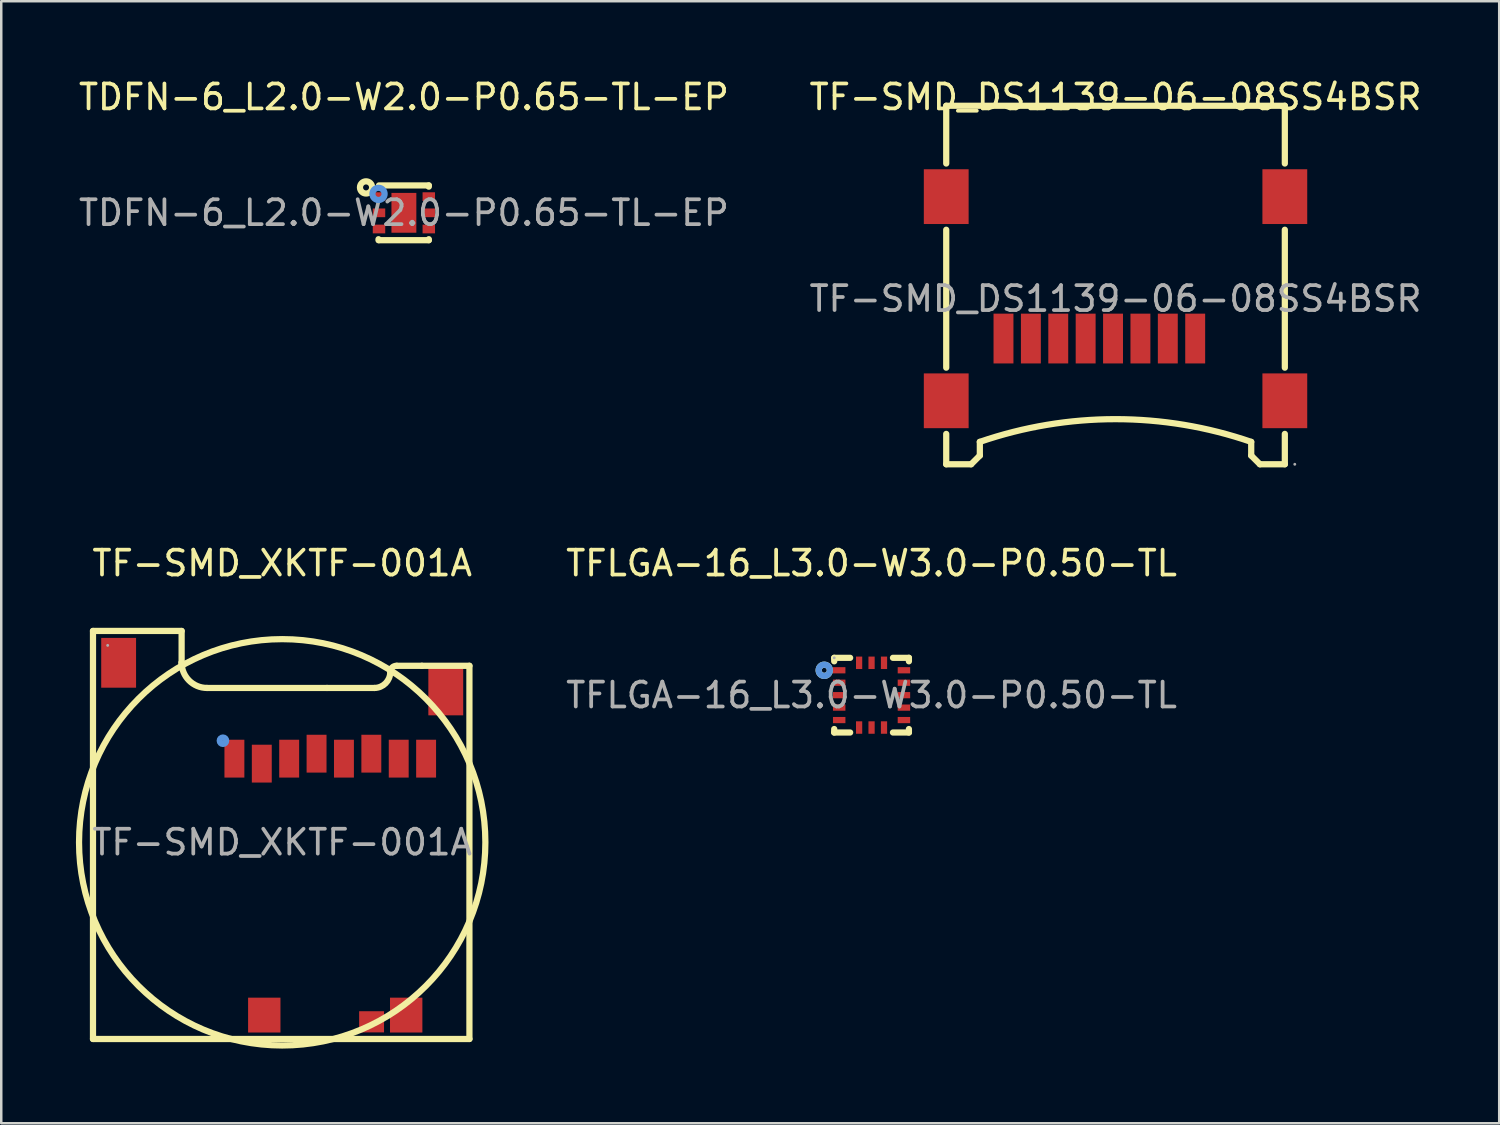
<source format=kicad_pcb>
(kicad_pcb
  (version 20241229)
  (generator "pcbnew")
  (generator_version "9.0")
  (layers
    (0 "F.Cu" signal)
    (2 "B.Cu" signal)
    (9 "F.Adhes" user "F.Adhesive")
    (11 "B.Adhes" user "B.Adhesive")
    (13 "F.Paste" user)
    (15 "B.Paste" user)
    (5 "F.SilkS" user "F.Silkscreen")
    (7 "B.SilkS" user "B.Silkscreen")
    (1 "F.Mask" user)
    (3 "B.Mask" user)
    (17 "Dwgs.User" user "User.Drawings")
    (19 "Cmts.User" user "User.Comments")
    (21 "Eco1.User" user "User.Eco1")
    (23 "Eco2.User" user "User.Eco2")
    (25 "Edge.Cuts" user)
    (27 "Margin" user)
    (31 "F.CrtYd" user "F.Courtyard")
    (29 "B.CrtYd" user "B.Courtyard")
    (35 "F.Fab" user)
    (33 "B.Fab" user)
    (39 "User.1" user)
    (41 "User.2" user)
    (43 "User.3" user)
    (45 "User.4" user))
  (footprint "TF-SMD_XKTF-001A"
    (layer "F.Cu")
    (at 8.285 30.782)
    (property "Reference" "TF-SMD_XKTF-001A" (at 0 -11.21 0) (layer "F.SilkS") (effects (font (size 1 1) (thickness 0.15))))
    (attr smd)
    (fp_line (start -7.6 -8.49) (end -4.04 -8.49) (stroke (width 0.25) (type solid)) (layer "F.SilkS"))
    (fp_line (start -7.6 7.9) (end -7.6 -8.49) (stroke (width 0.25) (type solid)) (layer "F.SilkS"))
    (fp_line (start -4.04 -8.49) (end -4.04 -7.22) (stroke (width 0.25) (type solid)) (layer "F.SilkS"))
    (fp_line (start -4.04 -7.09) (end -4.04 -7.22) (stroke (width 0.25) (type solid)) (layer "F.SilkS"))
    (fp_line (start -3.02 -6.2) (end 1.8 -6.2) (stroke (width 0.25) (type solid)) (layer "F.SilkS"))
    (fp_line (start 1.8 -6.2) (end 3.71 -6.2) (stroke (width 0.25) (type solid)) (layer "F.SilkS"))
    (fp_line (start 4.6 -7.09) (end 5.61 -7.09) (stroke (width 0.25) (type solid)) (layer "F.SilkS"))
    (fp_line (start 5.61 -7.09) (end 7.52 -7.09) (stroke (width 0.25) (type solid)) (layer "F.SilkS"))
    (fp_line (start 7.52 -7.09) (end 7.52 7.9) (stroke (width 0.25) (type solid)) (layer "F.SilkS"))
    (fp_line (start 7.52 7.9) (end -7.6 7.9) (stroke (width 0.25) (type solid)) (layer "F.SilkS"))
    (fp_arc (start -4.04 -7.09) (mid 4.04 7.09) (end -4.04 -7.09) (stroke (width 0.25) (type solid)) (layer "F.SilkS"))
    (fp_arc (start -3.02 -6.2) (mid -3.741249 -6.498751) (end -4.04 -7.22) (stroke (width 0.25) (type solid)) (layer "F.SilkS"))
    (fp_arc (start 4.34 -6.83) (mid 4.152563 -6.387355) (end 3.709884 -6.199998) (stroke (width 0.25) (type solid)) (layer "F.SilkS"))
    (fp_arc (start 4.340018 -6.829569) (mid 4.41293 -7.016765) (end 4.6 -7.09) (stroke (width 0.25) (type solid)) (layer "F.SilkS"))
    (fp_circle (center -2.38 -4.08) (end -2.25 -4.08) (stroke (width 0.25) (type solid)) (fill no) (layer "Cmts.User"))
    (fp_circle (center -7.01 -7.91) (end -6.98 -7.91) (stroke (width 0.06) (type solid)) (fill no) (layer "F.Fab"))
    (fp_text user "${REFERENCE}" (at 0 0 0) (layer "F.Fab") (effects (font (size 1 1) (thickness 0.15))))
    (pad "1" smd rect (at -1.92 -3.36) (size 0.8 1.52) (layers "F.Cu" "F.Mask" "F.Paste"))
    (pad "2" smd rect (at -0.82 -3.16) (size 0.8 1.52) (layers "F.Cu" "F.Mask" "F.Paste"))
    (pad "3" smd rect (at 0.28 -3.36) (size 0.8 1.52) (layers "F.Cu" "F.Mask" "F.Paste"))
    (pad "4" smd rect (at 1.38 -3.56) (size 0.8 1.52) (layers "F.Cu" "F.Mask" "F.Paste"))
    (pad "5" smd rect (at 2.48 -3.36) (size 0.8 1.52) (layers "F.Cu" "F.Mask" "F.Paste"))
    (pad "6" smd rect (at 3.58 -3.56) (size 0.8 1.52) (layers "F.Cu" "F.Mask" "F.Paste"))
    (pad "7" smd rect (at 4.68 -3.36) (size 0.8 1.52) (layers "F.Cu" "F.Mask" "F.Paste"))
    (pad "8" smd rect (at 5.78 -3.36) (size 0.8 1.52) (layers "F.Cu" "F.Mask" "F.Paste"))
    (pad "9" smd rect (at 3.59 7.21) (size 1 0.85) (layers "F.Cu" "F.Mask" "F.Paste"))
    (pad "10" smd rect (at 4.98 6.94) (size 1.3 1.4) (layers "F.Cu" "F.Mask" "F.Paste"))
    (pad "11" smd rect (at -0.72 6.94) (size 1.3 1.4) (layers "F.Cu" "F.Mask" "F.Paste"))
    (pad "12" smd rect (at -6.57 -7.21) (size 1.4 2) (layers "F.Cu" "F.Mask" "F.Paste"))
    (pad "13" smd rect (at 6.57 -6.1) (size 1.4 2) (layers "F.Cu" "F.Mask" "F.Paste")))
  (footprint "TFLGA-16_L3.0-W3.0-P0.50-TL"
    (layer "F.Cu")
    (at 31.957 24.872)
    (property "Reference" "TFLGA-16_L3.0-W3.0-P0.50-TL" (at 0 -5.3 0) (layer "F.SilkS") (effects (font (size 1 1) (thickness 0.15))))
    (attr smd)
    (fp_line (start -1.5 -1.5) (end -0.86 -1.5) (stroke (width 0.25) (type solid)) (layer "F.SilkS"))
    (fp_line (start -1.5 -1.36) (end -1.5 -1.5) (stroke (width 0.25) (type solid)) (layer "F.SilkS"))
    (fp_line (start -1.5 1.5) (end -1.5 1.36) (stroke (width 0.25) (type solid)) (layer "F.SilkS"))
    (fp_line (start -0.86 1.5) (end -1.5 1.5) (stroke (width 0.25) (type solid)) (layer "F.SilkS"))
    (fp_line (start 0.86 -1.5) (end 1.5 -1.5) (stroke (width 0.25) (type solid)) (layer "F.SilkS"))
    (fp_line (start 1.5 -1.5) (end 1.5 -1.36) (stroke (width 0.25) (type solid)) (layer "F.SilkS"))
    (fp_line (start 1.5 1.36) (end 1.5 1.5) (stroke (width 0.25) (type solid)) (layer "F.SilkS"))
    (fp_line (start 1.5 1.5) (end 0.86 1.5) (stroke (width 0.25) (type solid)) (layer "F.SilkS"))
    (fp_circle (center -1.9 -1) (end -1.8 -1) (stroke (width 0.25) (type solid)) (fill no) (layer "F.SilkS"))
    (fp_circle (center -1.9 -1) (end -1.8 -1) (stroke (width 0.25) (type solid)) (fill no) (layer "Cmts.User"))
    (fp_circle (center -1.5 -1.5) (end -1.47 -1.5) (stroke (width 0.06) (type solid)) (fill no) (layer "F.Fab"))
    (fp_text user "${REFERENCE}" (at 0 0 0) (layer "F.Fab") (effects (font (size 1 1) (thickness 0.15))))
    (pad "1" smd rect (at -1.3 -1 90) (size 0.25 0.5) (layers "F.Cu" "F.Mask" "F.Paste"))
    (pad "2" smd rect (at -1.3 -0.5 90) (size 0.25 0.5) (layers "F.Cu" "F.Mask" "F.Paste"))
    (pad "3" smd rect (at -1.3 0 90) (size 0.25 0.5) (layers "F.Cu" "F.Mask" "F.Paste"))
    (pad "4" smd rect (at -1.3 0.5 90) (size 0.25 0.5) (layers "F.Cu" "F.Mask" "F.Paste"))
    (pad "5" smd rect (at -1.3 1 90) (size 0.25 0.5) (layers "F.Cu" "F.Mask" "F.Paste"))
    (pad "6" smd rect (at -0.5 1.3 180) (size 0.25 0.5) (layers "F.Cu" "F.Mask" "F.Paste"))
    (pad "7" smd rect (at 0 1.3 180) (size 0.25 0.5) (layers "F.Cu" "F.Mask" "F.Paste"))
    (pad "8" smd rect (at 0.5 1.3 180) (size 0.25 0.5) (layers "F.Cu" "F.Mask" "F.Paste"))
    (pad "9" smd rect (at 1.3 1 270) (size 0.25 0.5) (layers "F.Cu" "F.Mask" "F.Paste"))
    (pad "10" smd rect (at 1.3 0.5 270) (size 0.25 0.5) (layers "F.Cu" "F.Mask" "F.Paste"))
    (pad "11" smd rect (at 1.3 0 270) (size 0.25 0.5) (layers "F.Cu" "F.Mask" "F.Paste"))
    (pad "12" smd rect (at 1.3 -0.5 270) (size 0.25 0.5) (layers "F.Cu" "F.Mask" "F.Paste"))
    (pad "13" smd rect (at 1.3 -1 270) (size 0.25 0.5) (layers "F.Cu" "F.Mask" "F.Paste"))
    (pad "14" smd rect (at 0.5 -1.3) (size 0.25 0.5) (layers "F.Cu" "F.Mask" "F.Paste"))
    (pad "15" smd rect (at 0 -1.3) (size 0.25 0.5) (layers "F.Cu" "F.Mask" "F.Paste"))
    (pad "16" smd rect (at -0.5 -1.3) (size 0.25 0.5) (layers "F.Cu" "F.Mask" "F.Paste")))
  (footprint "TDFN-6_L2.0-W2.0-P0.65-TL-EP"
    (layer "F.Cu")
    (at 13.173 5.498)
    (property "Reference" "TDFN-6_L2.0-W2.0-P0.65-TL-EP" (at 0 -4.65 0) (layer "F.SilkS") (effects (font (size 1 1) (thickness 0.15))))
    (attr smd)
    (fp_line (start -1.02 1.06) (end -1.02 1.1) (stroke (width 0.25) (type solid)) (layer "F.SilkS"))
    (fp_line (start -1 -1.1) (end 1 -1.1) (stroke (width 0.25) (type solid)) (layer "F.SilkS"))
    (fp_line (start -1 1.1) (end 1 1.1) (stroke (width 0.25) (type solid)) (layer "F.SilkS"))
    (fp_line (start 1 -1.1) (end 1 -1.05) (stroke (width 0.25) (type solid)) (layer "F.SilkS"))
    (fp_line (start 1 1.06) (end 1 1.1) (stroke (width 0.25) (type solid)) (layer "F.SilkS"))
    (fp_circle (center -1.52 -1.02) (end -1.4 -1.02) (stroke (width 0.25) (type solid)) (fill no) (layer "F.SilkS"))
    (fp_circle (center -1.02 -0.76) (end -0.9 -0.76) (stroke (width 0.25) (type solid)) (fill no) (layer "Cmts.User"))
    (fp_circle (center -1 -1) (end -0.97 -1) (stroke (width 0.06) (type solid)) (fill no) (layer "F.Fab"))
    (fp_text user "${REFERENCE}" (at 0 0 0) (layer "F.Fab") (effects (font (size 1 1) (thickness 0.15))))
    (pad "1" smd rect (at -1 -0.65 90) (size 0.35 0.5) (layers "F.Cu" "F.Mask" "F.Paste"))
    (pad "2" smd rect (at -1 0 90) (size 0.35 0.5) (layers "F.Cu" "F.Mask" "F.Paste"))
    (pad "3" smd rect (at -1 0.65 90) (size 0.35 0.5) (layers "F.Cu" "F.Mask" "F.Paste"))
    (pad "4" smd rect (at 1 0.65 90) (size 0.35 0.5) (layers "F.Cu" "F.Mask" "F.Paste"))
    (pad "5" smd rect (at 1 0 90) (size 0.35 0.5) (layers "F.Cu" "F.Mask" "F.Paste"))
    (pad "6" smd rect (at 1 -0.65 90) (size 0.35 0.5) (layers "F.Cu" "F.Mask" "F.Paste"))
    (pad "7" smd rect (at 0 0 180) (size 1 1.6) (layers "F.Cu" "F.Mask" "F.Paste")))
  (footprint "TF-SMD_DS1139-06-08SS4BSR"
    (layer "F.Cu")
    (at 41.756 8.948)
    (property "Reference" "TF-SMD_DS1139-06-08SS4BSR" (at 0 -8.1 0) (layer "F.SilkS") (effects (font (size 1 1) (thickness 0.15))))
    (attr smd)
    (fp_line (start -6.8 -7.75) (end -6.8 -5.43) (stroke (width 0.25) (type solid)) (layer "F.SilkS"))
    (fp_line (start -6.8 -7.75) (end 6.8 -7.75) (stroke (width 0.25) (type solid)) (layer "F.SilkS"))
    (fp_line (start -6.8 -2.77) (end -6.8 2.77) (stroke (width 0.25) (type solid)) (layer "F.SilkS"))
    (fp_line (start -6.8 5.43) (end -6.8 6.65) (stroke (width 0.25) (type solid)) (layer "F.SilkS"))
    (fp_line (start -6.8 6.65) (end -5.8 6.65) (stroke (width 0.25) (type solid)) (layer "F.SilkS"))
    (fp_line (start -5.8 6.65) (end -5.45 6.3) (stroke (width 0.25) (type solid)) (layer "F.SilkS"))
    (fp_line (start -5.45 6.3) (end -5.45 5.75) (stroke (width 0.25) (type solid)) (layer "F.SilkS"))
    (fp_line (start 5.45 6.3) (end 5.45 5.75) (stroke (width 0.25) (type solid)) (layer "F.SilkS"))
    (fp_line (start 5.8 6.65) (end 5.45 6.3) (stroke (width 0.25) (type solid)) (layer "F.SilkS"))
    (fp_line (start 6.8 -7.75) (end 6.8 -5.43) (stroke (width 0.25) (type solid)) (layer "F.SilkS"))
    (fp_line (start 6.8 -2.77) (end 6.8 2.77) (stroke (width 0.25) (type solid)) (layer "F.SilkS"))
    (fp_line (start 6.8 5.43) (end 6.8 6.65) (stroke (width 0.25) (type solid)) (layer "F.SilkS"))
    (fp_line (start 6.8 6.65) (end 5.8 6.65) (stroke (width 0.25) (type solid)) (layer "F.SilkS"))
    (fp_arc (start -5.451263 5.750435) (mid -0.000668 4.838095) (end 5.45 5.75) (stroke (width 0.25) (type solid)) (layer "F.SilkS"))
    (fp_circle (center 7.2 6.65) (end 7.23 6.65) (stroke (width 0.06) (type solid)) (fill no) (layer "F.Fab"))
    (fp_text user "${REFERENCE}" (at 0 0 0) (layer "F.Fab") (effects (font (size 1 1) (thickness 0.15))))
    (pad "1" smd rect (at 3.2 1.6 90) (size 2 0.8) (layers "F.Cu" "F.Mask" "F.Paste"))
    (pad "2" smd rect (at 2.1 1.6 90) (size 2 0.8) (layers "F.Cu" "F.Mask" "F.Paste"))
    (pad "3" smd rect (at 1 1.6 90) (size 2 0.8) (layers "F.Cu" "F.Mask" "F.Paste"))
    (pad "4" smd rect (at -0.1 1.6 90) (size 2 0.8) (layers "F.Cu" "F.Mask" "F.Paste"))
    (pad "5" smd rect (at -1.2 1.6 90) (size 2 0.8) (layers "F.Cu" "F.Mask" "F.Paste"))
    (pad "6" smd rect (at -2.3 1.6 90) (size 2 0.8) (layers "F.Cu" "F.Mask" "F.Paste"))
    (pad "7" smd rect (at -3.4 1.6 90) (size 2 0.8) (layers "F.Cu" "F.Mask" "F.Paste"))
    (pad "8" smd rect (at -4.5 1.6 90) (size 2 0.8) (layers "F.Cu" "F.Mask" "F.Paste"))
    (pad "9" smd rect (at -6.8 -4.1 180) (size 1.8 2.2) (layers "F.Cu" "F.Mask" "F.Paste"))
    (pad "10" smd rect (at -6.8 4.1 180) (size 1.8 2.2) (layers "F.Cu" "F.Mask" "F.Paste"))
    (pad "11" smd rect (at 6.8 4.1 180) (size 1.8 2.2) (layers "F.Cu" "F.Mask" "F.Paste"))
    (pad "12" smd rect (at 6.8 -4.1 180) (size 1.8 2.2) (layers "F.Cu" "F.Mask" "F.Paste")))
  (gr_rect
    (start -3 -3)
    (end 57.167 42.067)
    (stroke (width 0.1) (type default))
    (fill no)
    (layer "Edge.Cuts")))
</source>
